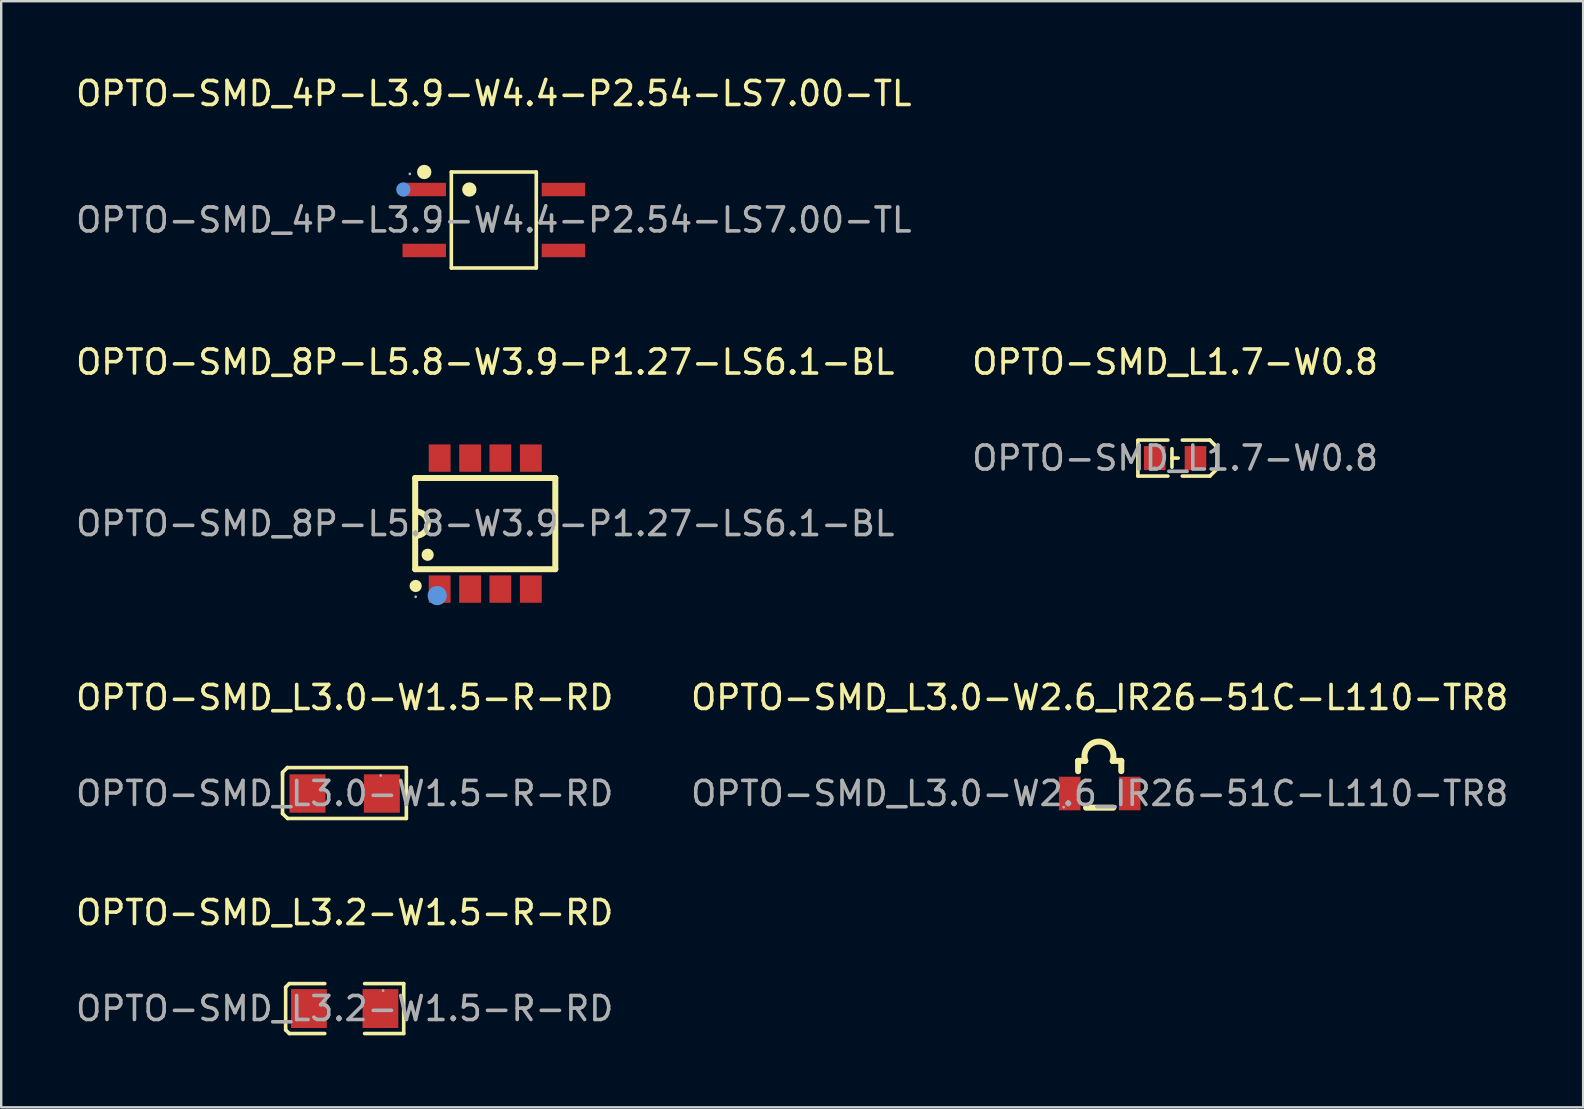
<source format=kicad_pcb>
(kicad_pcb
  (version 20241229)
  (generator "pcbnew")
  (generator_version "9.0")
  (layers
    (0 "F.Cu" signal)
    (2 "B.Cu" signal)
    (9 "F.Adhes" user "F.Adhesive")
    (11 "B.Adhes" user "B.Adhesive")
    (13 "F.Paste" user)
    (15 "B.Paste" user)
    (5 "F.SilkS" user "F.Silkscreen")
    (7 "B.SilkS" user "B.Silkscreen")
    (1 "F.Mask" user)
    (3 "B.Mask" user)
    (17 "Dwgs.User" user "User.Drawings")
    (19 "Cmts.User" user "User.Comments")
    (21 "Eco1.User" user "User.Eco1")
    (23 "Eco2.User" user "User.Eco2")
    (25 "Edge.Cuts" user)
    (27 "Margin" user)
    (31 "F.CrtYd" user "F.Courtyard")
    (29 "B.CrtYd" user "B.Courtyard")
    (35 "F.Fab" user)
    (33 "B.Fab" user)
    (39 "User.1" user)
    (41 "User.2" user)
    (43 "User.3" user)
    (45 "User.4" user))
  (footprint "OPTO-SMD_L3.2-W1.5-R-RD"
    (layer "F.Cu")
    (at 11.315 38.983)
    (property "Reference" "OPTO-SMD_L3.2-W1.5-R-RD" (at 0 -4 0) (layer "F.SilkS") (effects (font (size 1 1) (thickness 0.15))))
    (attr through_hole)
    (fp_line (start -2.46 -0.89) (end -2.31 -1.04) (stroke (width 0.15) (type solid)) (layer "F.SilkS"))
    (fp_line (start -2.46 0.89) (end -2.46 -0.89) (stroke (width 0.15) (type solid)) (layer "F.SilkS"))
    (fp_line (start -2.31 -1.04) (end -0.83 -1.04) (stroke (width 0.15) (type solid)) (layer "F.SilkS"))
    (fp_line (start -2.31 1.04) (end -2.46 0.89) (stroke (width 0.15) (type solid)) (layer "F.SilkS"))
    (fp_line (start -0.83 1.04) (end -2.31 1.04) (stroke (width 0.15) (type solid)) (layer "F.SilkS"))
    (fp_line (start 0.83 1.04) (end 2.46 1.04) (stroke (width 0.15) (type solid)) (layer "F.SilkS"))
    (fp_line (start 2.46 -1.04) (end 0.83 -1.04) (stroke (width 0.15) (type solid)) (layer "F.SilkS"))
    (fp_line (start 2.46 1.04) (end 2.46 -1.04) (stroke (width 0.15) (type solid)) (layer "F.SilkS"))
    (fp_circle (center 1.6 -0.75) (end 1.63 -0.75) (stroke (width 0.06) (type solid)) (fill no) (layer "F.Fab"))
    (fp_text user "${REFERENCE}" (at 0 0 0) (layer "F.Fab") (effects (font (size 1 1) (thickness 0.15))))
    (pad "1" smd rect (at 1.49 0) (size 1.49 1.62) (layers "F.Cu" "F.Mask" "F.Paste"))
    (pad "2" smd rect (at -1.49 0) (size 1.49 1.62) (layers "F.Cu" "F.Mask" "F.Paste")))
  (footprint "OPTO-SMD_L3.0-W2.6_IR26-51C-L110-TR8"
    (layer "F.Cu")
    (at 42.78 30.02)
    (property "Reference" "OPTO-SMD_L3.0-W2.6_IR26-51C-L110-TR8" (at 0 -4 0) (layer "F.SilkS") (effects (font (size 1 1) (thickness 0.15))))
    (attr through_hole)
    (fp_line (start -0.9 -1.36) (end -0.6 -1.36) (stroke (width 0.25) (type solid)) (layer "F.SilkS"))
    (fp_line (start -0.9 -0.93) (end -0.9 -1.36) (stroke (width 0.25) (type solid)) (layer "F.SilkS"))
    (fp_line (start -0.57 0.59) (end 0.57 0.59) (stroke (width 0.25) (type solid)) (layer "F.SilkS"))
    (fp_line (start 0.55 -1.36) (end 0.9 -1.36) (stroke (width 0.25) (type solid)) (layer "F.SilkS"))
    (fp_line (start 0.9 -1.36) (end 0.9 -0.93) (stroke (width 0.25) (type solid)) (layer "F.SilkS"))
    (fp_arc (start -0.6 -1.36) (mid -0.028206 -2.164067) (end 0.538802 -1.356617) (stroke (width 0.25) (type solid)) (layer "F.SilkS"))
    (fp_circle (center -1.5 0.57) (end -1.47 0.57) (stroke (width 0.06) (type solid)) (fill no) (layer "F.Fab"))
    (fp_text user "${REFERENCE}" (at 0 0 0) (layer "F.Fab") (effects (font (size 1 1) (thickness 0.15))))
    (pad "1" smd rect (at -1.25 0 90) (size 1.4 0.9) (layers "F.Cu" "F.Mask" "F.Paste"))
    (pad "2" smd rect (at 1.25 0 90) (size 1.4 0.9) (layers "F.Cu" "F.Mask" "F.Paste")))
  (footprint "OPTO-SMD_4P-L3.9-W4.4-P2.54-LS7.00-TL"
    (layer "F.Cu")
    (at 17.53 6.118)
    (property "Reference" "OPTO-SMD_4P-L3.9-W4.4-P2.54-LS7.00-TL" (at 0 -5.27 0) (layer "F.SilkS") (effects (font (size 1 1) (thickness 0.15))))
    (attr through_hole)
    (fp_line (start -1.77 -2) (end 1.77 -2) (stroke (width 0.15) (type solid)) (layer "F.SilkS"))
    (fp_line (start -1.77 2) (end -1.77 -2) (stroke (width 0.15) (type solid)) (layer "F.SilkS"))
    (fp_line (start 1.77 -2) (end 1.77 2) (stroke (width 0.15) (type solid)) (layer "F.SilkS"))
    (fp_line (start 1.77 2) (end -1.77 2) (stroke (width 0.15) (type solid)) (layer "F.SilkS"))
    (fp_circle (center -2.9 -2) (end -2.75 -2) (stroke (width 0.3) (type solid)) (fill no) (layer "F.SilkS"))
    (fp_circle (center -1.02 -1.27) (end -0.87 -1.27) (stroke (width 0.3) (type solid)) (fill no) (layer "F.SilkS"))
    (fp_circle (center -3.77 -1.27) (end -3.62 -1.27) (stroke (width 0.3) (type solid)) (fill no) (layer "Cmts.User"))
    (fp_circle (center -3.5 -1.92) (end -3.47 -1.92) (stroke (width 0.06) (type solid)) (fill no) (layer "F.Fab"))
    (fp_text user "${REFERENCE}" (at 0 0 0) (layer "F.Fab") (effects (font (size 1 1) (thickness 0.15))))
    (pad "1" smd rect (at -2.9 -1.27) (size 1.81 0.56) (layers "F.Cu" "F.Mask" "F.Paste"))
    (pad "2" smd rect (at -2.9 1.27) (size 1.81 0.56) (layers "F.Cu" "F.Mask" "F.Paste"))
    (pad "3" smd rect (at 2.9 1.27) (size 1.81 0.56) (layers "F.Cu" "F.Mask" "F.Paste"))
    (pad "4" smd rect (at 2.9 -1.27) (size 1.81 0.56) (layers "F.Cu" "F.Mask" "F.Paste")))
  (footprint "OPTO-SMD_L3.0-W1.5-R-RD"
    (layer "F.Cu")
    (at 11.315 30.02)
    (property "Reference" "OPTO-SMD_L3.0-W1.5-R-RD" (at 0 -4 0) (layer "F.SilkS") (effects (font (size 1 1) (thickness 0.15))))
    (attr through_hole)
    (fp_line (start -2.59 -0.88) (end -2.39 -1.08) (stroke (width 0.15) (type solid)) (layer "F.SilkS"))
    (fp_line (start -2.59 -0.78) (end -2.59 -0.88) (stroke (width 0.15) (type solid)) (layer "F.SilkS"))
    (fp_line (start -2.59 -0.78) (end -2.59 0.84) (stroke (width 0.15) (type solid)) (layer "F.SilkS"))
    (fp_line (start -2.59 0.84) (end -2.38 1.04) (stroke (width 0.15) (type solid)) (layer "F.SilkS"))
    (fp_line (start -2.39 -1.08) (end 2.57 -1.08) (stroke (width 0.15) (type solid)) (layer "F.SilkS"))
    (fp_line (start 2.57 -1.08) (end 2.57 1.04) (stroke (width 0.15) (type solid)) (layer "F.SilkS"))
    (fp_line (start 2.57 1.04) (end -2.38 1.04) (stroke (width 0.15) (type solid)) (layer "F.SilkS"))
    (fp_circle (center 1.5 -0.75) (end 1.53 -0.75) (stroke (width 0.06) (type solid)) (fill no) (layer "F.Fab"))
    (fp_text user "${REFERENCE}" (at 0 0 0) (layer "F.Fab") (effects (font (size 1 1) (thickness 0.15))))
    (pad "1" smd rect (at 1.55 0) (size 1.5 1.6) (layers "F.Cu" "F.Mask" "F.Paste"))
    (pad "2" smd rect (at -1.55 0) (size 1.5 1.6) (layers "F.Cu" "F.Mask" "F.Paste")))
  (footprint "OPTO-SMD_L1.7-W0.8"
    (layer "F.Cu")
    (at 45.923 16.041)
    (property "Reference" "OPTO-SMD_L1.7-W0.8" (at 0 -4 0) (layer "F.SilkS") (effects (font (size 1 1) (thickness 0.15))))
    (attr through_hole)
    (fp_line (start -1.55 0.75) (end -1.55 -0.73) (stroke (width 0.15) (type solid)) (layer "F.SilkS"))
    (fp_line (start -0.3 -0.75) (end -1.55 -0.75) (stroke (width 0.15) (type solid)) (layer "F.SilkS"))
    (fp_line (start -0.3 0.75) (end -1.55 0.75) (stroke (width 0.15) (type solid)) (layer "F.SilkS"))
    (fp_line (start -0.13 -0.39) (end -0.13 0.38) (stroke (width 0.15) (type solid)) (layer "F.SilkS"))
    (fp_line (start -0.13 0) (end 0.13 0) (stroke (width 0.15) (type solid)) (layer "F.SilkS"))
    (fp_line (start 0.3 -0.75) (end 1.45 -0.75) (stroke (width 0.15) (type solid)) (layer "F.SilkS"))
    (fp_line (start 0.3 0.75) (end 1.45 0.75) (stroke (width 0.15) (type solid)) (layer "F.SilkS"))
    (fp_line (start 1.75 -0.45) (end 1.45 -0.75) (stroke (width 0.15) (type solid)) (layer "F.SilkS"))
    (fp_line (start 1.75 -0.35) (end 1.75 -0.45) (stroke (width 0.15) (type solid)) (layer "F.SilkS"))
    (fp_line (start 1.75 0.35) (end 1.75 -0.35) (stroke (width 0.15) (type solid)) (layer "F.SilkS"))
    (fp_line (start 1.75 0.35) (end 1.75 0.45) (stroke (width 0.15) (type solid)) (layer "F.SilkS"))
    (fp_line (start 1.75 0.45) (end 1.45 0.75) (stroke (width 0.15) (type solid)) (layer "F.SilkS"))
    (fp_circle (center -0.85 0.4) (end -0.82 0.4) (stroke (width 0.06) (type solid)) (fill no) (layer "F.Fab"))
    (fp_text user "${REFERENCE}" (at 0 0 0) (layer "F.Fab") (effects (font (size 1 1) (thickness 0.15))))
    (pad "1" smd rect (at -0.85 0 270) (size 1 0.9) (layers "F.Cu" "F.Mask" "F.Paste"))
    (pad "2" smd rect (at 0.85 0 270) (size 1 0.9) (layers "F.Cu" "F.Mask" "F.Paste")))
  (footprint "OPTO-SMD_8P-L5.8-W3.9-P1.27-LS6.1-BL"
    (layer "F.Cu")
    (at 17.173 18.771)
    (property "Reference" "OPTO-SMD_8P-L5.8-W3.9-P1.27-LS6.1-BL" (at 0 -6.73 0) (layer "F.SilkS") (effects (font (size 1 1) (thickness 0.15))))
    (attr through_hole)
    (fp_line (start -2.92 -1.9) (end 2.92 -1.9) (stroke (width 0.25) (type solid)) (layer "F.SilkS"))
    (fp_line (start -2.92 1.9) (end -2.92 -1.9) (stroke (width 0.25) (type solid)) (layer "F.SilkS"))
    (fp_line (start -2.92 1.9) (end 2.92 1.9) (stroke (width 0.25) (type solid)) (layer "F.SilkS"))
    (fp_line (start 2.92 1.9) (end 2.92 -1.9) (stroke (width 0.25) (type solid)) (layer "F.SilkS"))
    (fp_arc (start -2.9 -0.51) (mid -2.39 0) (end -2.9 0.51) (stroke (width 0.25) (type solid)) (layer "F.SilkS"))
    (fp_circle (center -2.9 2.6) (end -2.77 2.6) (stroke (width 0.25) (type solid)) (fill no) (layer "F.SilkS"))
    (fp_circle (center -2.4 1.3) (end -2.27 1.3) (stroke (width 0.25) (type solid)) (fill no) (layer "F.SilkS"))
    (fp_circle (center -2 3) (end -1.8 3) (stroke (width 0.4) (type solid)) (fill no) (layer "Cmts.User"))
    (fp_circle (center -2.9 3.05) (end -2.87 3.05) (stroke (width 0.06) (type solid)) (fill no) (layer "F.Fab"))
    (fp_text user "${REFERENCE}" (at 0 0 0) (layer "F.Fab") (effects (font (size 1 1) (thickness 0.15))))
    (pad "1" smd rect (at -1.9 2.73 90) (size 1.14 0.91) (layers "F.Cu" "F.Mask" "F.Paste"))
    (pad "2" smd rect (at -0.63 2.73 90) (size 1.14 0.91) (layers "F.Cu" "F.Mask" "F.Paste"))
    (pad "3" smd rect (at 0.63 2.73 90) (size 1.14 0.91) (layers "F.Cu" "F.Mask" "F.Paste"))
    (pad "4" smd rect (at 1.9 2.73 90) (size 1.14 0.91) (layers "F.Cu" "F.Mask" "F.Paste"))
    (pad "5" smd rect (at 1.9 -2.73 90) (size 1.14 0.91) (layers "F.Cu" "F.Mask" "F.Paste"))
    (pad "6" smd rect (at 0.63 -2.73 90) (size 1.14 0.91) (layers "F.Cu" "F.Mask" "F.Paste"))
    (pad "7" smd rect (at -0.63 -2.73 90) (size 1.14 0.91) (layers "F.Cu" "F.Mask" "F.Paste"))
    (pad "8" smd rect (at -1.9 -2.73 90) (size 1.14 0.91) (layers "F.Cu" "F.Mask" "F.Paste")))
  (gr_rect
    (start -3 -3)
    (end 62.929 43.098)
    (stroke (width 0.1) (type default))
    (fill no)
    (layer "Edge.Cuts")))
</source>
